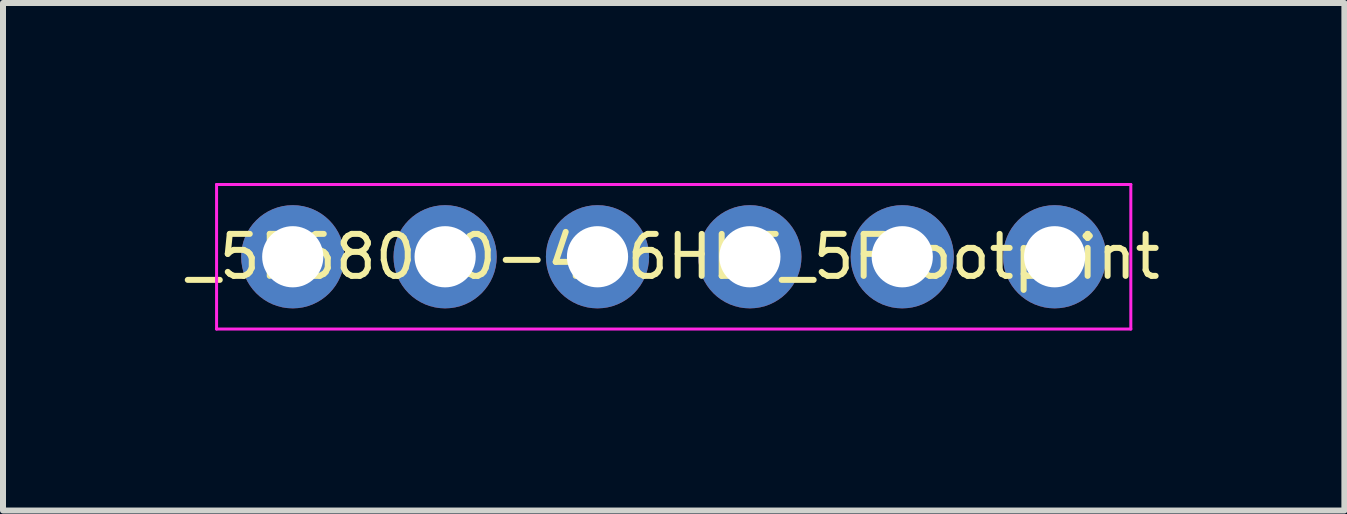
<source format=kicad_pcb>
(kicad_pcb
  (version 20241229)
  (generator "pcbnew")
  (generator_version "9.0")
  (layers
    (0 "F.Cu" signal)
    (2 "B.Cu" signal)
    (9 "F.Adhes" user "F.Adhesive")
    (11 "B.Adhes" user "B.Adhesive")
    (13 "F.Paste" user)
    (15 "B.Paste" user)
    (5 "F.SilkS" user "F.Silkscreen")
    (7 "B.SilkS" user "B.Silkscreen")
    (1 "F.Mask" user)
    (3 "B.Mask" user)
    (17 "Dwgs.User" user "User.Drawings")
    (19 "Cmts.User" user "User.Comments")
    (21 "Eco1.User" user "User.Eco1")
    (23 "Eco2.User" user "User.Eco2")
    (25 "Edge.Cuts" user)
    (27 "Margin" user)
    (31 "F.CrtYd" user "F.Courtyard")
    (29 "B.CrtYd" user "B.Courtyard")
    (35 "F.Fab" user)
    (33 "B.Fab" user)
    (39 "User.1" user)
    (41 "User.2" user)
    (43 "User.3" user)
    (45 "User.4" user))
  (footprint "_5F68000-406HLF_5Ffootprint"
    (layer "F.Cu")
    (at 8.18 1.23)
    (property "Reference" "_5F68000-406HLF_5Ffootprint" (at 0 0 0) (layer "F.SilkS") (effects (font (size 0.7 0.7) (thickness 0.1))))
    (attr through_hole)
    (fp_line (start -7.62 -1.205) (end -7.62 1.205) (stroke (width 0.05) (type solid)) (layer "F.CrtYd"))
    (fp_line (start -7.62 1.205) (end 7.62 1.205) (stroke (width 0.05) (type solid)) (layer "F.CrtYd"))
    (fp_line (start 7.62 -1.205) (end -7.62 -1.205) (stroke (width 0.05) (type solid)) (layer "F.CrtYd"))
    (fp_line (start 7.62 1.205) (end 7.62 -1.205) (stroke (width 0.05) (type solid)) (layer "F.CrtYd"))
    (pad "1" thru_hole circle (at -6.35 0) (size 1.72 1.72) (drill 1.02) (layers "*.Cu" "*.Mask"))
    (pad "2" thru_hole circle (at -3.81 0) (size 1.72 1.72) (drill 1.02) (layers "*.Cu" "*.Mask"))
    (pad "3" thru_hole circle (at -1.27 0) (size 1.72 1.72) (drill 1.02) (layers "*.Cu" "*.Mask"))
    (pad "4" thru_hole circle (at 1.27 0) (size 1.72 1.72) (drill 1.02) (layers "*.Cu" "*.Mask"))
    (pad "5" thru_hole circle (at 3.81 0) (size 1.72 1.72) (drill 1.02) (layers "*.Cu" "*.Mask"))
    (pad "6" thru_hole circle (at 6.35 0) (size 1.72 1.72) (drill 1.02) (layers "*.Cu" "*.Mask")))
  (gr_rect
    (start -3 -3)
    (end 19.36 5.46)
    (stroke (width 0.1) (type default))
    (fill no)
    (layer "Edge.Cuts")))
</source>
